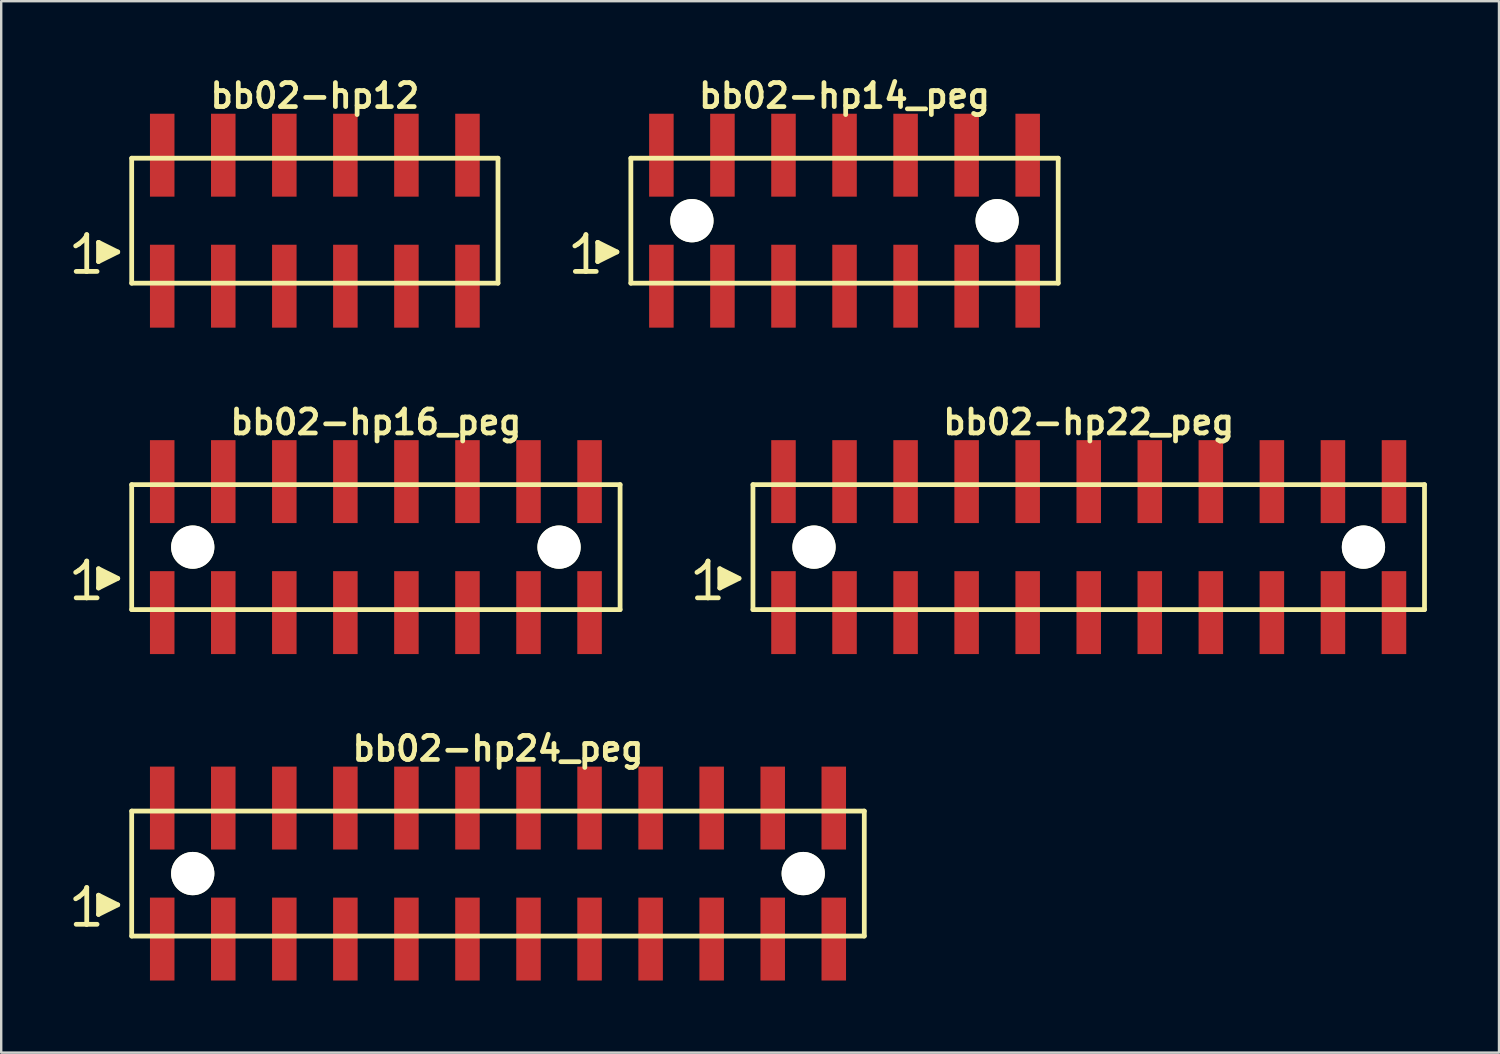
<source format=kicad_pcb>
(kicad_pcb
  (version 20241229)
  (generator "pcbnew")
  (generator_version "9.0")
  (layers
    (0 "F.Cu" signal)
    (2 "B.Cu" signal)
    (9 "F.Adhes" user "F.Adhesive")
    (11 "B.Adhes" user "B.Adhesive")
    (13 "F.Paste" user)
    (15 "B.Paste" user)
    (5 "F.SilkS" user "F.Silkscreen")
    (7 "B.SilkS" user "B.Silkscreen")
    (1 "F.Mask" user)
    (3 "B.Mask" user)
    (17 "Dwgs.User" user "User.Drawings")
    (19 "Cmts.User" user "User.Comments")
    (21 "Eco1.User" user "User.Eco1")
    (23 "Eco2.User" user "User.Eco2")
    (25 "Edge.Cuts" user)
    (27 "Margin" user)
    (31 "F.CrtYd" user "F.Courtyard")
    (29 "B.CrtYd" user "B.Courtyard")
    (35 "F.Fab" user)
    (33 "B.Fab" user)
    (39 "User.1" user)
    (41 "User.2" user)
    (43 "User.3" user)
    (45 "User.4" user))
  (footprint "bb02-hp12"
    (layer "F.Cu")
    (at 10.049 6.132)
    (property "Reference" "bb02-hp12" (at 0 -5.2 0) (layer "F.SilkS") (effects (font (size 0.998 0.998) (thickness 0.198))))
    (attr through_hole)
    (fp_line (start -9.95 1.05) (end -9.82 0.97) (stroke (width 0.198) (type solid)) (layer "F.SilkS"))
    (fp_line (start -9.82 0.97) (end -9.66 0.84) (stroke (width 0.198) (type solid)) (layer "F.SilkS"))
    (fp_line (start -9.66 0.84) (end -9.52 0.67) (stroke (width 0.198) (type solid)) (layer "F.SilkS"))
    (fp_line (start -9.52 0.67) (end -9.49 0.58) (stroke (width 0.198) (type solid)) (layer "F.SilkS"))
    (fp_line (start -9.49 0.58) (end -9.49 2.11) (stroke (width 0.198) (type solid)) (layer "F.SilkS"))
    (fp_line (start -9.49 2.11) (end -9.93 2.11) (stroke (width 0.198) (type solid)) (layer "F.SilkS"))
    (fp_line (start -9.06 2.11) (end -9.5 2.11) (stroke (width 0.198) (type solid)) (layer "F.SilkS"))
    (fp_line (start -9 0.9) (end -8.2 1.3) (stroke (width 0.198) (type solid)) (layer "F.SilkS"))
    (fp_line (start -9 1.7) (end -9 0.9) (stroke (width 0.198) (type solid)) (layer "F.SilkS"))
    (fp_line (start -8.9 1.6) (end -8.9 1) (stroke (width 0.198) (type solid)) (layer "F.SilkS"))
    (fp_line (start -8.8 1.1) (end -8.8 1.5) (stroke (width 0.198) (type solid)) (layer "F.SilkS"))
    (fp_line (start -8.7 1.5) (end -8.7 1.1) (stroke (width 0.198) (type solid)) (layer "F.SilkS"))
    (fp_line (start -8.6 1.2) (end -8.6 1.4) (stroke (width 0.198) (type solid)) (layer "F.SilkS"))
    (fp_line (start -8.5 1.4) (end -8.5 1.2) (stroke (width 0.198) (type solid)) (layer "F.SilkS"))
    (fp_line (start -8.2 1.3) (end -9 1.7) (stroke (width 0.198) (type solid)) (layer "F.SilkS"))
    (fp_line (start -7.62 -2.6) (end -7.62 2.6) (stroke (width 0.198) (type solid)) (layer "F.SilkS"))
    (fp_line (start -7.62 -2.6) (end 7.62 -2.6) (stroke (width 0.198) (type solid)) (layer "F.SilkS"))
    (fp_line (start 7.62 2.6) (end -7.62 2.6) (stroke (width 0.198) (type solid)) (layer "F.SilkS"))
    (fp_line (start 7.62 2.6) (end 7.62 -2.6) (stroke (width 0.198) (type solid)) (layer "F.SilkS"))
    (pad "1" smd rect (at -6.35 2.725) (size 1.02 3.45) (layers "F.Cu" "F.Mask" "F.Paste"))
    (pad "2" smd rect (at -6.35 -2.725) (size 1.02 3.45) (layers "F.Cu" "F.Mask" "F.Paste"))
    (pad "3" smd rect (at -3.81 2.725) (size 1.02 3.45) (layers "F.Cu" "F.Mask" "F.Paste"))
    (pad "4" smd rect (at -3.81 -2.725) (size 1.02 3.45) (layers "F.Cu" "F.Mask" "F.Paste"))
    (pad "5" smd rect (at -1.27 2.725) (size 1.02 3.45) (layers "F.Cu" "F.Mask" "F.Paste"))
    (pad "6" smd rect (at -1.27 -2.725) (size 1.02 3.45) (layers "F.Cu" "F.Mask" "F.Paste"))
    (pad "7" smd rect (at 1.27 2.725) (size 1.02 3.45) (layers "F.Cu" "F.Mask" "F.Paste"))
    (pad "8" smd rect (at 1.27 -2.725) (size 1.02 3.45) (layers "F.Cu" "F.Mask" "F.Paste"))
    (pad "9" smd rect (at 3.81 2.725) (size 1.02 3.45) (layers "F.Cu" "F.Mask" "F.Paste"))
    (pad "10" smd rect (at 3.81 -2.725) (size 1.02 3.45) (layers "F.Cu" "F.Mask" "F.Paste"))
    (pad "11" smd rect (at 6.35 2.725) (size 1.02 3.45) (layers "F.Cu" "F.Mask" "F.Paste"))
    (pad "12" smd rect (at 6.35 -2.725) (size 1.02 3.45) (layers "F.Cu" "F.Mask" "F.Paste")))
  (footprint "bb02-hp14_peg"
    (layer "F.Cu")
    (at 32.087 6.132)
    (property "Reference" "bb02-hp14_peg" (at 0 -5.2 0) (layer "F.SilkS") (effects (font (size 0.998 0.998) (thickness 0.198))))
    (attr through_hole)
    (fp_line (start -11.22 1.05) (end -11.09 0.97) (stroke (width 0.198) (type solid)) (layer "F.SilkS"))
    (fp_line (start -11.09 0.97) (end -10.93 0.84) (stroke (width 0.198) (type solid)) (layer "F.SilkS"))
    (fp_line (start -10.93 0.84) (end -10.79 0.67) (stroke (width 0.198) (type solid)) (layer "F.SilkS"))
    (fp_line (start -10.79 0.67) (end -10.76 0.58) (stroke (width 0.198) (type solid)) (layer "F.SilkS"))
    (fp_line (start -10.76 0.58) (end -10.76 2.11) (stroke (width 0.198) (type solid)) (layer "F.SilkS"))
    (fp_line (start -10.76 2.11) (end -11.2 2.11) (stroke (width 0.198) (type solid)) (layer "F.SilkS"))
    (fp_line (start -10.33 2.11) (end -10.77 2.11) (stroke (width 0.198) (type solid)) (layer "F.SilkS"))
    (fp_line (start -10.27 0.9) (end -9.47 1.3) (stroke (width 0.198) (type solid)) (layer "F.SilkS"))
    (fp_line (start -10.27 1.7) (end -10.27 0.9) (stroke (width 0.198) (type solid)) (layer "F.SilkS"))
    (fp_line (start -10.17 1.6) (end -10.17 1) (stroke (width 0.198) (type solid)) (layer "F.SilkS"))
    (fp_line (start -10.07 1.1) (end -10.07 1.5) (stroke (width 0.198) (type solid)) (layer "F.SilkS"))
    (fp_line (start -9.97 1.5) (end -9.97 1.1) (stroke (width 0.198) (type solid)) (layer "F.SilkS"))
    (fp_line (start -9.87 1.2) (end -9.87 1.4) (stroke (width 0.198) (type solid)) (layer "F.SilkS"))
    (fp_line (start -9.77 1.4) (end -9.77 1.2) (stroke (width 0.198) (type solid)) (layer "F.SilkS"))
    (fp_line (start -9.47 1.3) (end -10.27 1.7) (stroke (width 0.198) (type solid)) (layer "F.SilkS"))
    (fp_line (start -8.89 -2.6) (end -8.89 2.6) (stroke (width 0.198) (type solid)) (layer "F.SilkS"))
    (fp_line (start -8.89 -2.6) (end 8.89 -2.6) (stroke (width 0.198) (type solid)) (layer "F.SilkS"))
    (fp_line (start 8.89 2.6) (end -8.89 2.6) (stroke (width 0.198) (type solid)) (layer "F.SilkS"))
    (fp_line (start 8.89 2.6) (end 8.89 -2.6) (stroke (width 0.198) (type solid)) (layer "F.SilkS"))
    (pad "" np_thru_hole circle (at -6.35 0) (size 1.8 1.8) (drill 1.8) (layers "*.Cu" "*.Mask" "F.SilkS"))
    (pad "" np_thru_hole circle (at 6.35 0) (size 1.8 1.8) (drill 1.8) (layers "*.Cu" "*.Mask" "F.SilkS"))
    (pad "1" smd rect (at -7.62 2.725) (size 1.02 3.45) (layers "F.Cu" "F.Mask" "F.Paste"))
    (pad "2" smd rect (at -7.62 -2.725) (size 1.02 3.45) (layers "F.Cu" "F.Mask" "F.Paste"))
    (pad "3" smd rect (at -5.08 2.725) (size 1.02 3.45) (layers "F.Cu" "F.Mask" "F.Paste"))
    (pad "4" smd rect (at -5.08 -2.725) (size 1.02 3.45) (layers "F.Cu" "F.Mask" "F.Paste"))
    (pad "5" smd rect (at -2.54 2.725) (size 1.02 3.45) (layers "F.Cu" "F.Mask" "F.Paste"))
    (pad "6" smd rect (at -2.54 -2.725) (size 1.02 3.45) (layers "F.Cu" "F.Mask" "F.Paste"))
    (pad "7" smd rect (at 0 2.725) (size 1.02 3.45) (layers "F.Cu" "F.Mask" "F.Paste"))
    (pad "8" smd rect (at 0 -2.725) (size 1.02 3.45) (layers "F.Cu" "F.Mask" "F.Paste"))
    (pad "9" smd rect (at 2.54 2.725) (size 1.02 3.45) (layers "F.Cu" "F.Mask" "F.Paste"))
    (pad "10" smd rect (at 2.54 -2.725) (size 1.02 3.45) (layers "F.Cu" "F.Mask" "F.Paste"))
    (pad "11" smd rect (at 5.08 2.725) (size 1.02 3.45) (layers "F.Cu" "F.Mask" "F.Paste"))
    (pad "12" smd rect (at 5.08 -2.725) (size 1.02 3.45) (layers "F.Cu" "F.Mask" "F.Paste"))
    (pad "13" smd rect (at 7.62 2.725) (size 1.02 3.45) (layers "F.Cu" "F.Mask" "F.Paste"))
    (pad "14" smd rect (at 7.62 -2.725) (size 1.02 3.45) (layers "F.Cu" "F.Mask" "F.Paste")))
  (footprint "bb02-hp16_peg"
    (layer "F.Cu")
    (at 12.589 19.713)
    (property "Reference" "bb02-hp16_peg" (at 0 -5.2 0) (layer "F.SilkS") (effects (font (size 0.998 0.998) (thickness 0.198))))
    (attr through_hole)
    (fp_line (start -12.49 1.05) (end -12.36 0.97) (stroke (width 0.198) (type solid)) (layer "F.SilkS"))
    (fp_line (start -12.36 0.97) (end -12.2 0.84) (stroke (width 0.198) (type solid)) (layer "F.SilkS"))
    (fp_line (start -12.2 0.84) (end -12.06 0.67) (stroke (width 0.198) (type solid)) (layer "F.SilkS"))
    (fp_line (start -12.06 0.67) (end -12.03 0.58) (stroke (width 0.198) (type solid)) (layer "F.SilkS"))
    (fp_line (start -12.03 0.58) (end -12.03 2.11) (stroke (width 0.198) (type solid)) (layer "F.SilkS"))
    (fp_line (start -12.03 2.11) (end -12.47 2.11) (stroke (width 0.198) (type solid)) (layer "F.SilkS"))
    (fp_line (start -11.6 2.11) (end -12.04 2.11) (stroke (width 0.198) (type solid)) (layer "F.SilkS"))
    (fp_line (start -11.54 0.9) (end -10.74 1.3) (stroke (width 0.198) (type solid)) (layer "F.SilkS"))
    (fp_line (start -11.54 1.7) (end -11.54 0.9) (stroke (width 0.198) (type solid)) (layer "F.SilkS"))
    (fp_line (start -11.44 1.6) (end -11.44 1) (stroke (width 0.198) (type solid)) (layer "F.SilkS"))
    (fp_line (start -11.34 1.1) (end -11.34 1.5) (stroke (width 0.198) (type solid)) (layer "F.SilkS"))
    (fp_line (start -11.24 1.5) (end -11.24 1.1) (stroke (width 0.198) (type solid)) (layer "F.SilkS"))
    (fp_line (start -11.14 1.2) (end -11.14 1.4) (stroke (width 0.198) (type solid)) (layer "F.SilkS"))
    (fp_line (start -11.04 1.4) (end -11.04 1.2) (stroke (width 0.198) (type solid)) (layer "F.SilkS"))
    (fp_line (start -10.74 1.3) (end -11.54 1.7) (stroke (width 0.198) (type solid)) (layer "F.SilkS"))
    (fp_line (start -10.16 -2.6) (end -10.16 2.6) (stroke (width 0.198) (type solid)) (layer "F.SilkS"))
    (fp_line (start -10.16 -2.6) (end 10.16 -2.6) (stroke (width 0.198) (type solid)) (layer "F.SilkS"))
    (fp_line (start 10.16 2.6) (end -10.16 2.6) (stroke (width 0.198) (type solid)) (layer "F.SilkS"))
    (fp_line (start 10.16 2.6) (end 10.16 -2.6) (stroke (width 0.198) (type solid)) (layer "F.SilkS"))
    (pad "" np_thru_hole circle (at -7.62 0) (size 1.8 1.8) (drill 1.8) (layers "*.Cu" "*.Mask" "F.SilkS"))
    (pad "" np_thru_hole circle (at 7.62 0) (size 1.8 1.8) (drill 1.8) (layers "*.Cu" "*.Mask" "F.SilkS"))
    (pad "1" smd rect (at -8.89 2.725) (size 1.02 3.45) (layers "F.Cu" "F.Mask" "F.Paste"))
    (pad "2" smd rect (at -8.89 -2.725) (size 1.02 3.45) (layers "F.Cu" "F.Mask" "F.Paste"))
    (pad "3" smd rect (at -6.35 2.725) (size 1.02 3.45) (layers "F.Cu" "F.Mask" "F.Paste"))
    (pad "4" smd rect (at -6.35 -2.725) (size 1.02 3.45) (layers "F.Cu" "F.Mask" "F.Paste"))
    (pad "5" smd rect (at -3.81 2.725) (size 1.02 3.45) (layers "F.Cu" "F.Mask" "F.Paste"))
    (pad "6" smd rect (at -3.81 -2.725) (size 1.02 3.45) (layers "F.Cu" "F.Mask" "F.Paste"))
    (pad "7" smd rect (at -1.27 2.725) (size 1.02 3.45) (layers "F.Cu" "F.Mask" "F.Paste"))
    (pad "8" smd rect (at -1.27 -2.725) (size 1.02 3.45) (layers "F.Cu" "F.Mask" "F.Paste"))
    (pad "9" smd rect (at 1.27 2.725) (size 1.02 3.45) (layers "F.Cu" "F.Mask" "F.Paste"))
    (pad "10" smd rect (at 1.27 -2.725) (size 1.02 3.45) (layers "F.Cu" "F.Mask" "F.Paste"))
    (pad "11" smd rect (at 3.81 2.725) (size 1.02 3.45) (layers "F.Cu" "F.Mask" "F.Paste"))
    (pad "12" smd rect (at 3.81 -2.725) (size 1.02 3.45) (layers "F.Cu" "F.Mask" "F.Paste"))
    (pad "13" smd rect (at 6.35 2.725) (size 1.02 3.45) (layers "F.Cu" "F.Mask" "F.Paste"))
    (pad "14" smd rect (at 6.35 -2.725) (size 1.02 3.45) (layers "F.Cu" "F.Mask" "F.Paste"))
    (pad "15" smd rect (at 8.89 2.725) (size 1.02 3.45) (layers "F.Cu" "F.Mask" "F.Paste"))
    (pad "16" smd rect (at 8.89 -2.725) (size 1.02 3.45) (layers "F.Cu" "F.Mask" "F.Paste")))
  (footprint "bb02-hp22_peg"
    (layer "F.Cu")
    (at 42.247 19.713)
    (property "Reference" "bb02-hp22_peg" (at 0 -5.2 0) (layer "F.SilkS") (effects (font (size 0.998 0.998) (thickness 0.198))))
    (attr through_hole)
    (fp_line (start -16.3 1.05) (end -16.17 0.97) (stroke (width 0.198) (type solid)) (layer "F.SilkS"))
    (fp_line (start -16.17 0.97) (end -16.01 0.84) (stroke (width 0.198) (type solid)) (layer "F.SilkS"))
    (fp_line (start -16.01 0.84) (end -15.87 0.67) (stroke (width 0.198) (type solid)) (layer "F.SilkS"))
    (fp_line (start -15.87 0.67) (end -15.84 0.58) (stroke (width 0.198) (type solid)) (layer "F.SilkS"))
    (fp_line (start -15.84 0.58) (end -15.84 2.11) (stroke (width 0.198) (type solid)) (layer "F.SilkS"))
    (fp_line (start -15.84 2.11) (end -16.28 2.11) (stroke (width 0.198) (type solid)) (layer "F.SilkS"))
    (fp_line (start -15.41 2.11) (end -15.85 2.11) (stroke (width 0.198) (type solid)) (layer "F.SilkS"))
    (fp_line (start -15.35 0.9) (end -14.55 1.3) (stroke (width 0.198) (type solid)) (layer "F.SilkS"))
    (fp_line (start -15.35 1.7) (end -15.35 0.9) (stroke (width 0.198) (type solid)) (layer "F.SilkS"))
    (fp_line (start -15.25 1.6) (end -15.25 1) (stroke (width 0.198) (type solid)) (layer "F.SilkS"))
    (fp_line (start -15.15 1.1) (end -15.15 1.5) (stroke (width 0.198) (type solid)) (layer "F.SilkS"))
    (fp_line (start -15.05 1.5) (end -15.05 1.1) (stroke (width 0.198) (type solid)) (layer "F.SilkS"))
    (fp_line (start -14.95 1.2) (end -14.95 1.4) (stroke (width 0.198) (type solid)) (layer "F.SilkS"))
    (fp_line (start -14.85 1.4) (end -14.85 1.2) (stroke (width 0.198) (type solid)) (layer "F.SilkS"))
    (fp_line (start -14.55 1.3) (end -15.35 1.7) (stroke (width 0.198) (type solid)) (layer "F.SilkS"))
    (fp_line (start -13.97 -2.6) (end -13.97 2.6) (stroke (width 0.198) (type solid)) (layer "F.SilkS"))
    (fp_line (start -13.97 -2.6) (end 13.97 -2.6) (stroke (width 0.198) (type solid)) (layer "F.SilkS"))
    (fp_line (start 13.97 2.6) (end -13.97 2.6) (stroke (width 0.198) (type solid)) (layer "F.SilkS"))
    (fp_line (start 13.97 2.6) (end 13.97 -2.6) (stroke (width 0.198) (type solid)) (layer "F.SilkS"))
    (pad "" np_thru_hole circle (at -11.43 0) (size 1.8 1.8) (drill 1.8) (layers "*.Cu" "*.Mask" "F.SilkS"))
    (pad "" np_thru_hole circle (at 11.43 0) (size 1.8 1.8) (drill 1.8) (layers "*.Cu" "*.Mask" "F.SilkS"))
    (pad "1" smd rect (at -12.7 2.725) (size 1.02 3.45) (layers "F.Cu" "F.Mask" "F.Paste"))
    (pad "2" smd rect (at -12.7 -2.725) (size 1.02 3.45) (layers "F.Cu" "F.Mask" "F.Paste"))
    (pad "3" smd rect (at -10.16 2.725) (size 1.02 3.45) (layers "F.Cu" "F.Mask" "F.Paste"))
    (pad "4" smd rect (at -10.16 -2.725) (size 1.02 3.45) (layers "F.Cu" "F.Mask" "F.Paste"))
    (pad "5" smd rect (at -7.62 2.725) (size 1.02 3.45) (layers "F.Cu" "F.Mask" "F.Paste"))
    (pad "6" smd rect (at -7.62 -2.725) (size 1.02 3.45) (layers "F.Cu" "F.Mask" "F.Paste"))
    (pad "7" smd rect (at -5.08 2.725) (size 1.02 3.45) (layers "F.Cu" "F.Mask" "F.Paste"))
    (pad "8" smd rect (at -5.08 -2.725) (size 1.02 3.45) (layers "F.Cu" "F.Mask" "F.Paste"))
    (pad "9" smd rect (at -2.54 2.725) (size 1.02 3.45) (layers "F.Cu" "F.Mask" "F.Paste"))
    (pad "10" smd rect (at -2.54 -2.725) (size 1.02 3.45) (layers "F.Cu" "F.Mask" "F.Paste"))
    (pad "11" smd rect (at 0 2.725) (size 1.02 3.45) (layers "F.Cu" "F.Mask" "F.Paste"))
    (pad "12" smd rect (at 0 -2.725) (size 1.02 3.45) (layers "F.Cu" "F.Mask" "F.Paste"))
    (pad "13" smd rect (at 2.54 2.725) (size 1.02 3.45) (layers "F.Cu" "F.Mask" "F.Paste"))
    (pad "14" smd rect (at 2.54 -2.725) (size 1.02 3.45) (layers "F.Cu" "F.Mask" "F.Paste"))
    (pad "15" smd rect (at 5.08 2.725) (size 1.02 3.45) (layers "F.Cu" "F.Mask" "F.Paste"))
    (pad "16" smd rect (at 5.08 -2.725) (size 1.02 3.45) (layers "F.Cu" "F.Mask" "F.Paste"))
    (pad "17" smd rect (at 7.62 2.725) (size 1.02 3.45) (layers "F.Cu" "F.Mask" "F.Paste"))
    (pad "18" smd rect (at 7.62 -2.725) (size 1.02 3.45) (layers "F.Cu" "F.Mask" "F.Paste"))
    (pad "19" smd rect (at 10.16 2.725) (size 1.02 3.45) (layers "F.Cu" "F.Mask" "F.Paste"))
    (pad "20" smd rect (at 10.16 -2.725) (size 1.02 3.45) (layers "F.Cu" "F.Mask" "F.Paste"))
    (pad "21" smd rect (at 12.7 2.725) (size 1.02 3.45) (layers "F.Cu" "F.Mask" "F.Paste"))
    (pad "22" smd rect (at 12.7 -2.725) (size 1.02 3.45) (layers "F.Cu" "F.Mask" "F.Paste")))
  (footprint "bb02-hp24_peg"
    (layer "F.Cu")
    (at 17.669 33.295)
    (property "Reference" "bb02-hp24_peg" (at 0 -5.2 0) (layer "F.SilkS") (effects (font (size 0.998 0.998) (thickness 0.198))))
    (attr through_hole)
    (fp_line (start -17.57 1.05) (end -17.44 0.97) (stroke (width 0.198) (type solid)) (layer "F.SilkS"))
    (fp_line (start -17.44 0.97) (end -17.28 0.84) (stroke (width 0.198) (type solid)) (layer "F.SilkS"))
    (fp_line (start -17.28 0.84) (end -17.14 0.67) (stroke (width 0.198) (type solid)) (layer "F.SilkS"))
    (fp_line (start -17.14 0.67) (end -17.11 0.58) (stroke (width 0.198) (type solid)) (layer "F.SilkS"))
    (fp_line (start -17.11 0.58) (end -17.11 2.11) (stroke (width 0.198) (type solid)) (layer "F.SilkS"))
    (fp_line (start -17.11 2.11) (end -17.55 2.11) (stroke (width 0.198) (type solid)) (layer "F.SilkS"))
    (fp_line (start -16.68 2.11) (end -17.12 2.11) (stroke (width 0.198) (type solid)) (layer "F.SilkS"))
    (fp_line (start -16.62 0.9) (end -15.82 1.3) (stroke (width 0.198) (type solid)) (layer "F.SilkS"))
    (fp_line (start -16.62 1.7) (end -16.62 0.9) (stroke (width 0.198) (type solid)) (layer "F.SilkS"))
    (fp_line (start -16.52 1.6) (end -16.52 1) (stroke (width 0.198) (type solid)) (layer "F.SilkS"))
    (fp_line (start -16.42 1.1) (end -16.42 1.5) (stroke (width 0.198) (type solid)) (layer "F.SilkS"))
    (fp_line (start -16.32 1.5) (end -16.32 1.1) (stroke (width 0.198) (type solid)) (layer "F.SilkS"))
    (fp_line (start -16.22 1.2) (end -16.22 1.4) (stroke (width 0.198) (type solid)) (layer "F.SilkS"))
    (fp_line (start -16.12 1.4) (end -16.12 1.2) (stroke (width 0.198) (type solid)) (layer "F.SilkS"))
    (fp_line (start -15.82 1.3) (end -16.62 1.7) (stroke (width 0.198) (type solid)) (layer "F.SilkS"))
    (fp_line (start -15.24 -2.6) (end -15.24 2.6) (stroke (width 0.198) (type solid)) (layer "F.SilkS"))
    (fp_line (start -15.24 -2.6) (end 15.24 -2.6) (stroke (width 0.198) (type solid)) (layer "F.SilkS"))
    (fp_line (start 15.24 2.6) (end -15.24 2.6) (stroke (width 0.198) (type solid)) (layer "F.SilkS"))
    (fp_line (start 15.24 2.6) (end 15.24 -2.6) (stroke (width 0.198) (type solid)) (layer "F.SilkS"))
    (pad "" np_thru_hole circle (at -12.7 0) (size 1.8 1.8) (drill 1.8) (layers "*.Cu" "*.Mask" "F.SilkS"))
    (pad "" np_thru_hole circle (at 12.7 0) (size 1.8 1.8) (drill 1.8) (layers "*.Cu" "*.Mask" "F.SilkS"))
    (pad "1" smd rect (at -13.97 2.725) (size 1.02 3.45) (layers "F.Cu" "F.Mask" "F.Paste"))
    (pad "2" smd rect (at -13.97 -2.725) (size 1.02 3.45) (layers "F.Cu" "F.Mask" "F.Paste"))
    (pad "3" smd rect (at -11.43 2.725) (size 1.02 3.45) (layers "F.Cu" "F.Mask" "F.Paste"))
    (pad "4" smd rect (at -11.43 -2.725) (size 1.02 3.45) (layers "F.Cu" "F.Mask" "F.Paste"))
    (pad "5" smd rect (at -8.89 2.725) (size 1.02 3.45) (layers "F.Cu" "F.Mask" "F.Paste"))
    (pad "6" smd rect (at -8.89 -2.725) (size 1.02 3.45) (layers "F.Cu" "F.Mask" "F.Paste"))
    (pad "7" smd rect (at -6.35 2.725) (size 1.02 3.45) (layers "F.Cu" "F.Mask" "F.Paste"))
    (pad "8" smd rect (at -6.35 -2.725) (size 1.02 3.45) (layers "F.Cu" "F.Mask" "F.Paste"))
    (pad "9" smd rect (at -3.81 2.725) (size 1.02 3.45) (layers "F.Cu" "F.Mask" "F.Paste"))
    (pad "10" smd rect (at -3.81 -2.725) (size 1.02 3.45) (layers "F.Cu" "F.Mask" "F.Paste"))
    (pad "11" smd rect (at -1.27 2.725) (size 1.02 3.45) (layers "F.Cu" "F.Mask" "F.Paste"))
    (pad "12" smd rect (at -1.27 -2.725) (size 1.02 3.45) (layers "F.Cu" "F.Mask" "F.Paste"))
    (pad "13" smd rect (at 1.27 2.725) (size 1.02 3.45) (layers "F.Cu" "F.Mask" "F.Paste"))
    (pad "14" smd rect (at 1.27 -2.725) (size 1.02 3.45) (layers "F.Cu" "F.Mask" "F.Paste"))
    (pad "15" smd rect (at 3.81 2.725) (size 1.02 3.45) (layers "F.Cu" "F.Mask" "F.Paste"))
    (pad "16" smd rect (at 3.81 -2.725) (size 1.02 3.45) (layers "F.Cu" "F.Mask" "F.Paste"))
    (pad "17" smd rect (at 6.35 2.725) (size 1.02 3.45) (layers "F.Cu" "F.Mask" "F.Paste"))
    (pad "18" smd rect (at 6.35 -2.725) (size 1.02 3.45) (layers "F.Cu" "F.Mask" "F.Paste"))
    (pad "19" smd rect (at 8.89 2.725) (size 1.02 3.45) (layers "F.Cu" "F.Mask" "F.Paste"))
    (pad "20" smd rect (at 8.89 -2.725) (size 1.02 3.45) (layers "F.Cu" "F.Mask" "F.Paste"))
    (pad "21" smd rect (at 11.43 2.725) (size 1.02 3.45) (layers "F.Cu" "F.Mask" "F.Paste"))
    (pad "22" smd rect (at 11.43 -2.725) (size 1.02 3.45) (layers "F.Cu" "F.Mask" "F.Paste"))
    (pad "23" smd rect (at 13.97 2.725) (size 1.02 3.45) (layers "F.Cu" "F.Mask" "F.Paste"))
    (pad "24" smd rect (at 13.97 -2.725) (size 1.02 3.45) (layers "F.Cu" "F.Mask" "F.Paste")))
  (gr_rect
    (start -3 -3)
    (end 59.316 40.745)
    (stroke (width 0.1) (type default))
    (fill no)
    (layer "Edge.Cuts")))
</source>
